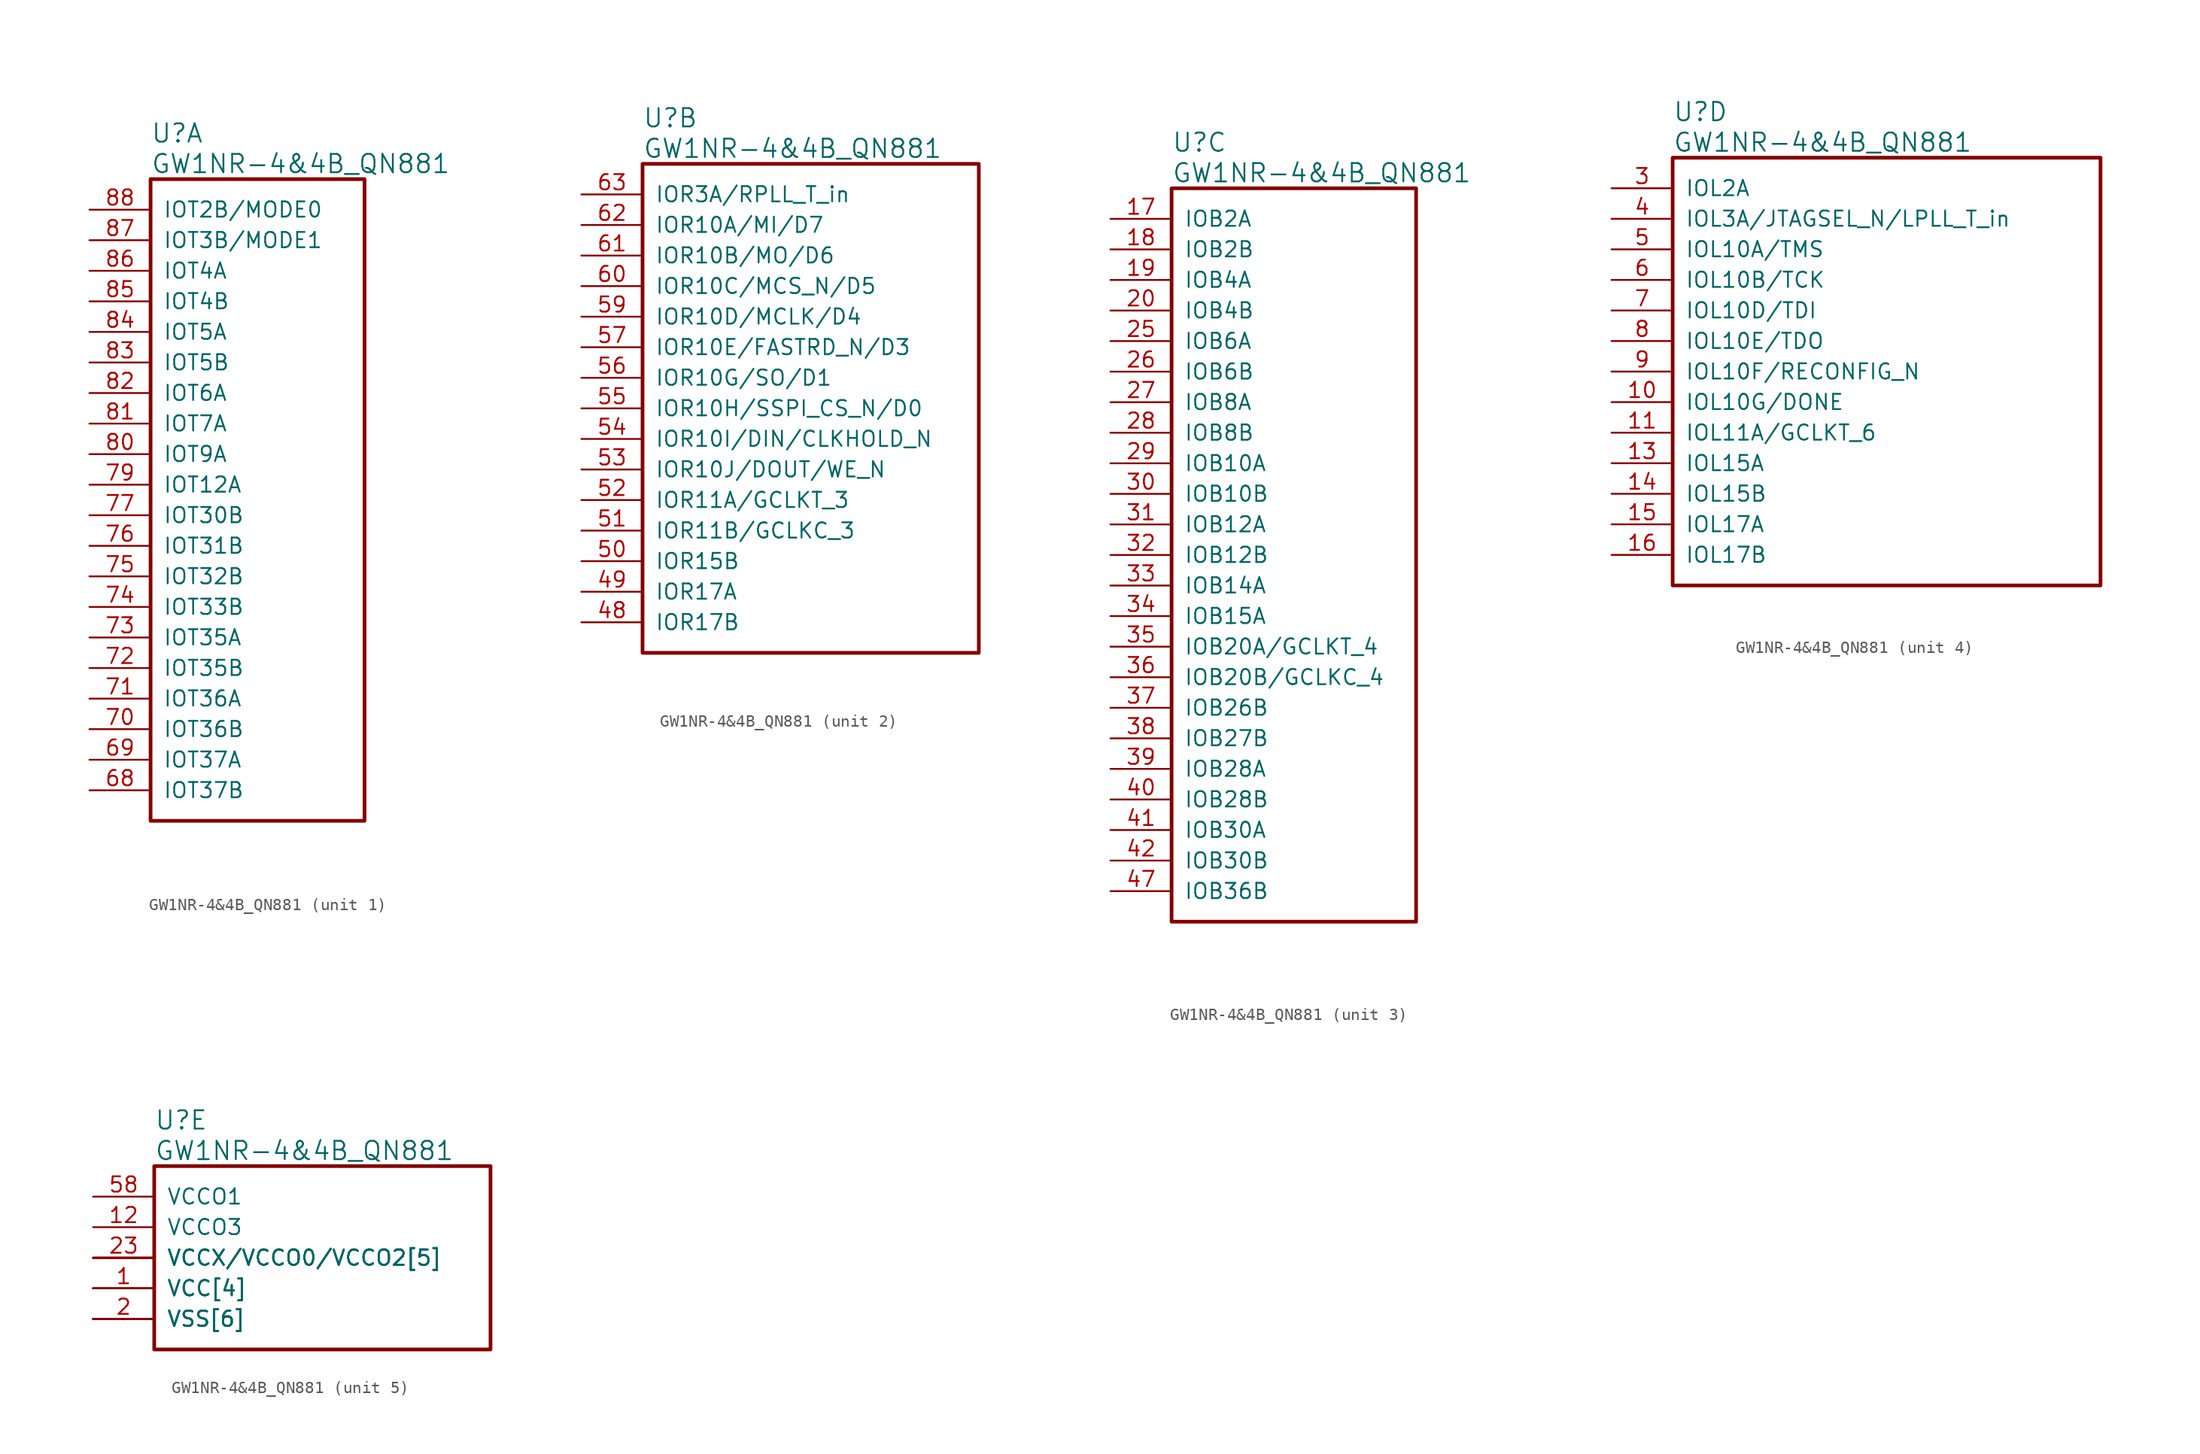
<source format=kicad_sym>
(kicad_symbol_lib
  (version 20220914)
  (generator kicad_symbol_editor)
  (symbol "GW1NR-4&4B_QN881"
    (pin_names
      (offset 1.016))
    (property "Reference" "U"
      (at 5.08 6.35 0)
      (effects (font (size 1.524 1.524)) (justify left)))
    (property "Value" "GW1NR-4&4B_QN881"
      (at 5.08 3.81 0)
      (effects (font (size 1.524 1.524)) (justify left)))
    (property "ki_locked" ""
      (at 0 0 0)
      (effects (font (size 1.27 1.27))))
    (symbol "GW1NR-4&4B_QN881_1_1"
      (rectangle (start 5.08 2.54) (end 22.86 -50.8) (stroke (width 0.305) (type solid)) (fill (type none)))
      (pin bidirectional line (at 0 -48.26 0) (length 5.08) (name "IOT37B" (effects (font (size 1.27 1.27)))) (number "68" (effects (font (size 1.27 1.27)))))
      (pin bidirectional line (at 0 -45.72 0) (length 5.08) (name "IOT37A" (effects (font (size 1.27 1.27)))) (number "69" (effects (font (size 1.27 1.27)))))
      (pin bidirectional line (at 0 -43.18 0) (length 5.08) (name "IOT36B" (effects (font (size 1.27 1.27)))) (number "70" (effects (font (size 1.27 1.27)))))
      (pin bidirectional line (at 0 -40.64 0) (length 5.08) (name "IOT36A" (effects (font (size 1.27 1.27)))) (number "71" (effects (font (size 1.27 1.27)))))
      (pin bidirectional line (at 0 -38.1 0) (length 5.08) (name "IOT35B" (effects (font (size 1.27 1.27)))) (number "72" (effects (font (size 1.27 1.27)))))
      (pin bidirectional line (at 0 -35.56 0) (length 5.08) (name "IOT35A" (effects (font (size 1.27 1.27)))) (number "73" (effects (font (size 1.27 1.27)))))
      (pin bidirectional line (at 0 -33.02 0) (length 5.08) (name "IOT33B" (effects (font (size 1.27 1.27)))) (number "74" (effects (font (size 1.27 1.27)))))
      (pin bidirectional line (at 0 -30.48 0) (length 5.08) (name "IOT32B" (effects (font (size 1.27 1.27)))) (number "75" (effects (font (size 1.27 1.27)))))
      (pin bidirectional line (at 0 -27.94 0) (length 5.08) (name "IOT31B" (effects (font (size 1.27 1.27)))) (number "76" (effects (font (size 1.27 1.27)))))
      (pin bidirectional line (at 0 -25.4 0) (length 5.08) (name "IOT30B" (effects (font (size 1.27 1.27)))) (number "77" (effects (font (size 1.27 1.27)))))
      (pin bidirectional line (at 0 -22.86 0) (length 5.08) (name "IOT12A" (effects (font (size 1.27 1.27)))) (number "79" (effects (font (size 1.27 1.27)))))
      (pin bidirectional line (at 0 -20.32 0) (length 5.08) (name "IOT9A" (effects (font (size 1.27 1.27)))) (number "80" (effects (font (size 1.27 1.27)))))
      (pin bidirectional line (at 0 -17.78 0) (length 5.08) (name "IOT7A" (effects (font (size 1.27 1.27)))) (number "81" (effects (font (size 1.27 1.27)))))
      (pin bidirectional line (at 0 -15.24 0) (length 5.08) (name "IOT6A" (effects (font (size 1.27 1.27)))) (number "82" (effects (font (size 1.27 1.27)))))
      (pin bidirectional line (at 0 -12.7 0) (length 5.08) (name "IOT5B" (effects (font (size 1.27 1.27)))) (number "83" (effects (font (size 1.27 1.27)))))
      (pin bidirectional line (at 0 -10.16 0) (length 5.08) (name "IOT5A" (effects (font (size 1.27 1.27)))) (number "84" (effects (font (size 1.27 1.27)))))
      (pin bidirectional line (at 0 -7.62 0) (length 5.08) (name "IOT4B" (effects (font (size 1.27 1.27)))) (number "85" (effects (font (size 1.27 1.27)))))
      (pin bidirectional line (at 0 -5.08 0) (length 5.08) (name "IOT4A" (effects (font (size 1.27 1.27)))) (number "86" (effects (font (size 1.27 1.27)))))
      (pin bidirectional line (at 0 -2.54 0) (length 5.08) (name "IOT3B/MODE1" (effects (font (size 1.27 1.27)))) (number "87" (effects (font (size 1.27 1.27)))))
      (pin bidirectional line (at 0 0 0) (length 5.08) (name "IOT2B/MODE0" (effects (font (size 1.27 1.27)))) (number "88" (effects (font (size 1.27 1.27))))))
    (symbol "GW1NR-4&4B_QN881_2_1"
      (rectangle (start 5.08 2.54) (end 33.02 -38.1) (stroke (width 0.305) (type solid)) (fill (type none)))
      (pin bidirectional line (at 0 -35.56 0) (length 5.08) (name "IOR17B" (effects (font (size 1.27 1.27)))) (number "48" (effects (font (size 1.27 1.27)))))
      (pin bidirectional line (at 0 -33.02 0) (length 5.08) (name "IOR17A" (effects (font (size 1.27 1.27)))) (number "49" (effects (font (size 1.27 1.27)))))
      (pin bidirectional line (at 0 -30.48 0) (length 5.08) (name "IOR15B" (effects (font (size 1.27 1.27)))) (number "50" (effects (font (size 1.27 1.27)))))
      (pin bidirectional line (at 0 -27.94 0) (length 5.08) (name "IOR11B/GCLKC_3" (effects (font (size 1.27 1.27)))) (number "51" (effects (font (size 1.27 1.27)))))
      (pin bidirectional line (at 0 -25.4 0) (length 5.08) (name "IOR11A/GCLKT_3" (effects (font (size 1.27 1.27)))) (number "52" (effects (font (size 1.27 1.27)))))
      (pin bidirectional line (at 0 -22.86 0) (length 5.08) (name "IOR10J/DOUT/WE_N" (effects (font (size 1.27 1.27)))) (number "53" (effects (font (size 1.27 1.27)))))
      (pin bidirectional line (at 0 -20.32 0) (length 5.08) (name "IOR10I/DIN/CLKHOLD_N" (effects (font (size 1.27 1.27)))) (number "54" (effects (font (size 1.27 1.27)))))
      (pin bidirectional line (at 0 -17.78 0) (length 5.08) (name "IOR10H/SSPI_CS_N/D0" (effects (font (size 1.27 1.27)))) (number "55" (effects (font (size 1.27 1.27)))))
      (pin bidirectional line (at 0 -15.24 0) (length 5.08) (name "IOR10G/SO/D1" (effects (font (size 1.27 1.27)))) (number "56" (effects (font (size 1.27 1.27)))))
      (pin bidirectional line (at 0 -12.7 0) (length 5.08) (name "IOR10E/FASTRD_N/D3" (effects (font (size 1.27 1.27)))) (number "57" (effects (font (size 1.27 1.27)))))
      (pin bidirectional line (at 0 -10.16 0) (length 5.08) (name "IOR10D/MCLK/D4" (effects (font (size 1.27 1.27)))) (number "59" (effects (font (size 1.27 1.27)))))
      (pin bidirectional line (at 0 -7.62 0) (length 5.08) (name "IOR10C/MCS_N/D5" (effects (font (size 1.27 1.27)))) (number "60" (effects (font (size 1.27 1.27)))))
      (pin bidirectional line (at 0 -5.08 0) (length 5.08) (name "IOR10B/MO/D6" (effects (font (size 1.27 1.27)))) (number "61" (effects (font (size 1.27 1.27)))))
      (pin bidirectional line (at 0 -2.54 0) (length 5.08) (name "IOR10A/MI/D7" (effects (font (size 1.27 1.27)))) (number "62" (effects (font (size 1.27 1.27)))))
      (pin bidirectional line (at 0 0 0) (length 5.08) (name "IOR3A/RPLL_T_in" (effects (font (size 1.27 1.27)))) (number "63" (effects (font (size 1.27 1.27))))))
    (symbol "GW1NR-4&4B_QN881_3_1"
      (rectangle (start 5.08 2.54) (end 25.4 -58.42) (stroke (width 0.305) (type solid)) (fill (type none)))
      (pin bidirectional line (at 0 0 0) (length 5.08) (name "IOB2A" (effects (font (size 1.27 1.27)))) (number "17" (effects (font (size 1.27 1.27)))))
      (pin bidirectional line (at 0 -2.54 0) (length 5.08) (name "IOB2B" (effects (font (size 1.27 1.27)))) (number "18" (effects (font (size 1.27 1.27)))))
      (pin bidirectional line (at 0 -5.08 0) (length 5.08) (name "IOB4A" (effects (font (size 1.27 1.27)))) (number "19" (effects (font (size 1.27 1.27)))))
      (pin bidirectional line (at 0 -7.62 0) (length 5.08) (name "IOB4B" (effects (font (size 1.27 1.27)))) (number "20" (effects (font (size 1.27 1.27)))))
      (pin bidirectional line (at 0 -10.16 0) (length 5.08) (name "IOB6A" (effects (font (size 1.27 1.27)))) (number "25" (effects (font (size 1.27 1.27)))))
      (pin bidirectional line (at 0 -12.7 0) (length 5.08) (name "IOB6B" (effects (font (size 1.27 1.27)))) (number "26" (effects (font (size 1.27 1.27)))))
      (pin bidirectional line (at 0 -15.24 0) (length 5.08) (name "IOB8A" (effects (font (size 1.27 1.27)))) (number "27" (effects (font (size 1.27 1.27)))))
      (pin bidirectional line (at 0 -17.78 0) (length 5.08) (name "IOB8B" (effects (font (size 1.27 1.27)))) (number "28" (effects (font (size 1.27 1.27)))))
      (pin bidirectional line (at 0 -20.32 0) (length 5.08) (name "IOB10A" (effects (font (size 1.27 1.27)))) (number "29" (effects (font (size 1.27 1.27)))))
      (pin bidirectional line (at 0 -22.86 0) (length 5.08) (name "IOB10B" (effects (font (size 1.27 1.27)))) (number "30" (effects (font (size 1.27 1.27)))))
      (pin bidirectional line (at 0 -25.4 0) (length 5.08) (name "IOB12A" (effects (font (size 1.27 1.27)))) (number "31" (effects (font (size 1.27 1.27)))))
      (pin bidirectional line (at 0 -27.94 0) (length 5.08) (name "IOB12B" (effects (font (size 1.27 1.27)))) (number "32" (effects (font (size 1.27 1.27)))))
      (pin bidirectional line (at 0 -30.48 0) (length 5.08) (name "IOB14A" (effects (font (size 1.27 1.27)))) (number "33" (effects (font (size 1.27 1.27)))))
      (pin bidirectional line (at 0 -33.02 0) (length 5.08) (name "IOB15A" (effects (font (size 1.27 1.27)))) (number "34" (effects (font (size 1.27 1.27)))))
      (pin bidirectional line (at 0 -35.56 0) (length 5.08) (name "IOB20A/GCLKT_4" (effects (font (size 1.27 1.27)))) (number "35" (effects (font (size 1.27 1.27)))))
      (pin bidirectional line (at 0 -38.1 0) (length 5.08) (name "IOB20B/GCLKC_4" (effects (font (size 1.27 1.27)))) (number "36" (effects (font (size 1.27 1.27)))))
      (pin bidirectional line (at 0 -40.64 0) (length 5.08) (name "IOB26B" (effects (font (size 1.27 1.27)))) (number "37" (effects (font (size 1.27 1.27)))))
      (pin bidirectional line (at 0 -43.18 0) (length 5.08) (name "IOB27B" (effects (font (size 1.27 1.27)))) (number "38" (effects (font (size 1.27 1.27)))))
      (pin bidirectional line (at 0 -45.72 0) (length 5.08) (name "IOB28A" (effects (font (size 1.27 1.27)))) (number "39" (effects (font (size 1.27 1.27)))))
      (pin bidirectional line (at 0 -48.26 0) (length 5.08) (name "IOB28B" (effects (font (size 1.27 1.27)))) (number "40" (effects (font (size 1.27 1.27)))))
      (pin bidirectional line (at 0 -50.8 0) (length 5.08) (name "IOB30A" (effects (font (size 1.27 1.27)))) (number "41" (effects (font (size 1.27 1.27)))))
      (pin bidirectional line (at 0 -53.34 0) (length 5.08) (name "IOB30B" (effects (font (size 1.27 1.27)))) (number "42" (effects (font (size 1.27 1.27)))))
      (pin bidirectional line (at 0 -55.88 0) (length 5.08) (name "IOB36B" (effects (font (size 1.27 1.27)))) (number "47" (effects (font (size 1.27 1.27))))))
    (symbol "GW1NR-4&4B_QN881_4_1"
      (rectangle (start 5.08 2.54) (end 40.64 -33.02) (stroke (width 0.305) (type solid)) (fill (type none)))
      (pin bidirectional line (at 0 -17.78 0) (length 5.08) (name "IOL10G/DONE" (effects (font (size 1.27 1.27)))) (number "10" (effects (font (size 1.27 1.27)))))
      (pin bidirectional line (at 0 -20.32 0) (length 5.08) (name "IOL11A/GCLKT_6" (effects (font (size 1.27 1.27)))) (number "11" (effects (font (size 1.27 1.27)))))
      (pin bidirectional line (at 0 -22.86 0) (length 5.08) (name "IOL15A" (effects (font (size 1.27 1.27)))) (number "13" (effects (font (size 1.27 1.27)))))
      (pin bidirectional line (at 0 -25.4 0) (length 5.08) (name "IOL15B" (effects (font (size 1.27 1.27)))) (number "14" (effects (font (size 1.27 1.27)))))
      (pin bidirectional line (at 0 -27.94 0) (length 5.08) (name "IOL17A" (effects (font (size 1.27 1.27)))) (number "15" (effects (font (size 1.27 1.27)))))
      (pin bidirectional line (at 0 -30.48 0) (length 5.08) (name "IOL17B" (effects (font (size 1.27 1.27)))) (number "16" (effects (font (size 1.27 1.27)))))
      (pin bidirectional line (at 0 0 0) (length 5.08) (name "IOL2A" (effects (font (size 1.27 1.27)))) (number "3" (effects (font (size 1.27 1.27)))))
      (pin bidirectional line (at 0 -2.54 0) (length 5.08) (name "IOL3A/JTAGSEL_N/LPLL_T_in" (effects (font (size 1.27 1.27)))) (number "4" (effects (font (size 1.27 1.27)))))
      (pin bidirectional line (at 0 -5.08 0) (length 5.08) (name "IOL10A/TMS" (effects (font (size 1.27 1.27)))) (number "5" (effects (font (size 1.27 1.27)))))
      (pin bidirectional line (at 0 -7.62 0) (length 5.08) (name "IOL10B/TCK" (effects (font (size 1.27 1.27)))) (number "6" (effects (font (size 1.27 1.27)))))
      (pin bidirectional line (at 0 -10.16 0) (length 5.08) (name "IOL10D/TDI" (effects (font (size 1.27 1.27)))) (number "7" (effects (font (size 1.27 1.27)))))
      (pin bidirectional line (at 0 -12.7 0) (length 5.08) (name "IOL10E/TDO" (effects (font (size 1.27 1.27)))) (number "8" (effects (font (size 1.27 1.27)))))
      (pin bidirectional line (at 0 -15.24 0) (length 5.08) (name "IOL10F/RECONFIG_N" (effects (font (size 1.27 1.27)))) (number "9" (effects (font (size 1.27 1.27))))))
    (symbol "GW1NR-4&4B_QN881_5_1"
      (rectangle (start 5.08 2.54) (end 33.02 -12.7) (stroke (width 0.305) (type solid)) (fill (type none)))
      (pin power_in line (at 0 -7.62 0) (length 5.08) (name "VCC[4]" (effects (font (size 1.27 1.27)))) (number "1" (effects (font (size 1.27 1.27)))))
      (pin power_in line (at 0 -2.54 0) (length 5.08) (name "VCCO3" (effects (font (size 1.27 1.27)))) (number "12" (effects (font (size 1.27 1.27)))))
      (pin power_in line (at 0 -10.16 0) (length 5.08) (name "VSS[6]" (effects (font (size 1.27 1.27)))) (number "2" (effects (font (size 1.27 1.27)))))
      (pin power_in line (at 0 -10.16 0) (length 5.08) (name "VSS[6]" (effects (font (size 1.27 1.27)))) (number "21" (effects (font (size 0 0)))))
      (pin power_in line (at 0 -7.62 0) (length 5.08) (name "VCC[4]" (effects (font (size 1.27 1.27)))) (number "22" (effects (font (size 0 0)))))
      (pin power_in line (at 0 -5.08 0) (length 5.08) (name "VCCX/VCCO0/VCCO2[5]" (effects (font (size 1.27 1.27)))) (number "23" (effects (font (size 1.27 1.27)))))
      (pin power_in line (at 0 -10.16 0) (length 5.08) (name "VSS[6]" (effects (font (size 1.27 1.27)))) (number "24" (effects (font (size 0 0)))))
      (pin power_in line (at 0 -10.16 0) (length 5.08) (name "VSS[6]" (effects (font (size 1.27 1.27)))) (number "43" (effects (font (size 0 0)))))
      (pin power_in line (at 0 -5.08 0) (length 5.08) (name "VCCX/VCCO0/VCCO2[5]" (effects (font (size 1.27 1.27)))) (number "44" (effects (font (size 0 0)))))
      (pin power_in line (at 0 -7.62 0) (length 5.08) (name "VCC[4]" (effects (font (size 1.27 1.27)))) (number "45" (effects (font (size 0 0)))))
      (pin power_in line (at 0 -10.16 0) (length 5.08) (name "VSS[6]" (effects (font (size 1.27 1.27)))) (number "46" (effects (font (size 0 0)))))
      (pin power_in line (at 0 0 0) (length 5.08) (name "VCCO1" (effects (font (size 1.27 1.27)))) (number "58" (effects (font (size 1.27 1.27)))))
      (pin power_in line (at 0 -5.08 0) (length 5.08) (name "VCCX/VCCO0/VCCO2[5]" (effects (font (size 1.27 1.27)))) (number "64" (effects (font (size 0 0)))))
      (pin power_in line (at 0 -10.16 0) (length 5.08) (name "VSS[6]" (effects (font (size 1.27 1.27)))) (number "65" (effects (font (size 0 0)))))
      (pin power_in line (at 0 -7.62 0) (length 5.08) (name "VCC[4]" (effects (font (size 1.27 1.27)))) (number "66" (effects (font (size 0 0)))))
      (pin power_in line (at 0 -5.08 0) (length 5.08) (name "VCCX/VCCO0/VCCO2[5]" (effects (font (size 1.27 1.27)))) (number "67" (effects (font (size 0 0)))))
      (pin power_in line (at 0 -5.08 0) (length 5.08) (name "VCCX/VCCO0/VCCO2[5]" (effects (font (size 1.27 1.27)))) (number "78" (effects (font (size 0 0))))))))
</source>
